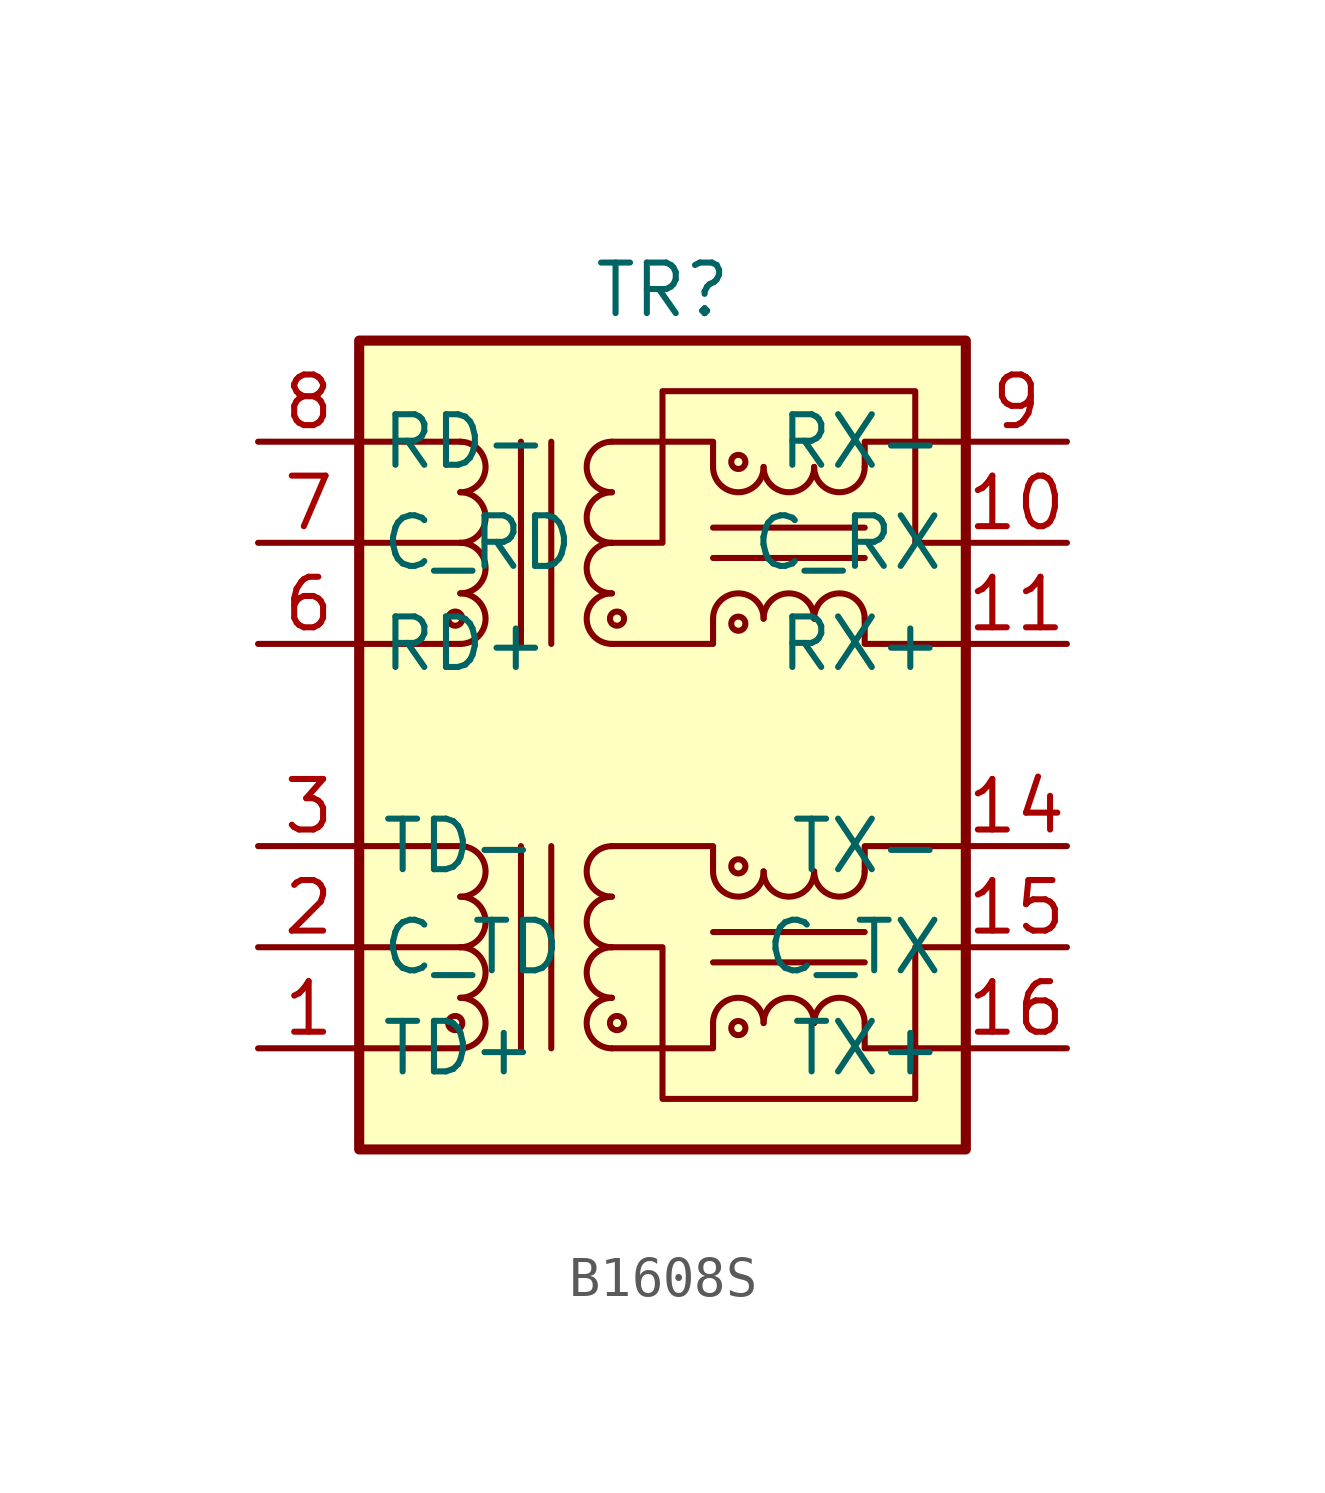
<source format=kicad_sym>
(kicad_symbol_lib
  (version 20231120)
  (generator "kicad_symbol_editor")
  (generator_version "8.0")
  (symbol "B1608S"
    (property "Reference" "TR"
      (at 0 11.43 0)
      (effects (font (size 1.27 1.27))))
    (property "Value" ""
      (at 0 11.43 0)
      (effects (font (size 1.27 1.27))))
    (symbol "B1608S_0_1"
      (rectangle (start -7.62 10.16) (end 7.62 -10.16) (stroke (width 0.254) (type default)) (fill (type background)))
      (circle (center -5.207 3.175) (radius 0.178) (stroke (width 0) (type default)) (fill (type none)))
      (arc (start -5.08 6.35) (mid -4.4477 6.985) (end -5.08 7.62) (stroke (width 0) (type default)) (fill (type none)))
      (polyline (pts (xy -5.08 2.54) (xy -7.62 2.54)) (stroke (width 0) (type default)) (fill (type none)))
      (polyline (pts (xy -5.08 5.08) (xy -7.62 5.08)) (stroke (width 0) (type default)) (fill (type none)))
      (polyline (pts (xy -5.08 7.62) (xy -7.62 7.62)) (stroke (width 0) (type default)) (fill (type none)))
      (polyline (pts (xy -3.556 -2.54) (xy -3.556 -7.62)) (stroke (width 0) (type default)) (fill (type none)))
      (polyline (pts (xy -3.556 2.54) (xy -3.556 7.62)) (stroke (width 0) (type default)) (fill (type none)))
      (polyline (pts (xy -2.794 -7.62) (xy -2.794 -2.54)) (stroke (width 0) (type default)) (fill (type none)))
      (polyline (pts (xy -2.794 7.62) (xy -2.794 2.54)) (stroke (width 0) (type default)) (fill (type none)))
      (polyline (pts (xy 1.27 4.699) (xy 5.08 4.699)) (stroke (width 0) (type default)) (fill (type none)))
      (polyline (pts (xy 1.27 5.461) (xy 5.08 5.461)) (stroke (width 0) (type default)) (fill (type none)))
      (polyline (pts (xy -1.27 2.54) (xy 1.27 2.54) (xy 1.27 3.175)) (stroke (width 0) (type default)) (fill (type none)))
      (polyline (pts (xy 1.27 6.985) (xy 1.27 7.62) (xy -1.27 7.62)) (stroke (width 0) (type default)) (fill (type none)))
      (polyline (pts (xy 5.08 3.175) (xy 5.08 2.54) (xy 7.62 2.54)) (stroke (width 0) (type default)) (fill (type none)))
      (polyline (pts (xy 5.08 6.985) (xy 5.08 7.62) (xy 7.62 7.62)) (stroke (width 0) (type default)) (fill (type none)))
      (polyline (pts (xy -1.27 5.08) (xy 0 5.08) (xy 0 8.89) (xy 6.35 8.89) (xy 6.35 5.08) (xy 7.62 5.08)) (stroke (width 0) (type default)) (fill (type none))))
    (symbol "B1608S_1_1"
      (circle (center -5.207 -6.985) (radius 0.178) (stroke (width 0) (type default)) (fill (type none)))
      (arc (start -5.08 -7.62) (mid -4.4477 -6.985) (end -5.08 -6.35) (stroke (width 0) (type default)) (fill (type none)))
      (arc (start -5.08 -6.35) (mid -4.4477 -5.715) (end -5.08 -5.08) (stroke (width 0) (type default)) (fill (type none)))
      (arc (start -5.08 -5.08) (mid -4.4477 -4.445) (end -5.08 -3.81) (stroke (width 0) (type default)) (fill (type none)))
      (arc (start -5.08 -3.81) (mid -4.4477 -3.175) (end -5.08 -2.54) (stroke (width 0) (type default)) (fill (type none)))
      (arc (start -5.08 2.54) (mid -4.4477 3.175) (end -5.08 3.81) (stroke (width 0) (type default)) (fill (type none)))
      (arc (start -5.08 3.81) (mid -4.4477 4.445) (end -5.08 5.08) (stroke (width 0) (type default)) (fill (type none)))
      (arc (start -5.08 5.08) (mid -4.4477 5.715) (end -5.08 6.35) (stroke (width 0) (type default)) (fill (type none)))
      (arc (start -1.27 -6.35) (mid -1.9023 -6.985) (end -1.27 -7.62) (stroke (width 0) (type default)) (fill (type none)))
      (arc (start -1.27 -5.08) (mid -1.9023 -5.715) (end -1.27 -6.35) (stroke (width 0) (type default)) (fill (type none)))
      (arc (start -1.27 -3.81) (mid -1.9023 -4.445) (end -1.27 -5.08) (stroke (width 0) (type default)) (fill (type none)))
      (arc (start -1.27 -2.54) (mid -1.9023 -3.175) (end -1.27 -3.81) (stroke (width 0) (type default)) (fill (type none)))
      (arc (start -1.27 3.81) (mid -1.9023 3.175) (end -1.27 2.54) (stroke (width 0) (type default)) (fill (type none)))
      (arc (start -1.27 5.08) (mid -1.9023 4.445) (end -1.27 3.81) (stroke (width 0) (type default)) (fill (type none)))
      (arc (start -1.27 6.35) (mid -1.9023 5.715) (end -1.27 5.08) (stroke (width 0) (type default)) (fill (type none)))
      (arc (start -1.27 7.62) (mid -1.9023 6.985) (end -1.27 6.35) (stroke (width 0) (type default)) (fill (type none)))
      (circle (center -1.143 -6.985) (radius 0.178) (stroke (width 0) (type default)) (fill (type none)))
      (circle (center -1.143 3.175) (radius 0.178) (stroke (width 0) (type default)) (fill (type none)))
      (polyline (pts (xy -5.08 -7.62) (xy -7.62 -7.62)) (stroke (width 0) (type default)) (fill (type none)))
      (polyline (pts (xy -5.08 -5.08) (xy -7.62 -5.08)) (stroke (width 0) (type default)) (fill (type none)))
      (polyline (pts (xy -5.08 -2.54) (xy -7.62 -2.54)) (stroke (width 0) (type default)) (fill (type none)))
      (polyline (pts (xy 1.27 -5.461) (xy 5.08 -5.461)) (stroke (width 0) (type default)) (fill (type none)))
      (polyline (pts (xy 1.27 -4.699) (xy 5.08 -4.699)) (stroke (width 0) (type default)) (fill (type none)))
      (polyline (pts (xy -1.27 -7.62) (xy 1.27 -7.62) (xy 1.27 -6.985)) (stroke (width 0) (type default)) (fill (type none)))
      (polyline (pts (xy 1.27 -3.175) (xy 1.27 -2.54) (xy -1.27 -2.54)) (stroke (width 0) (type default)) (fill (type none)))
      (polyline (pts (xy 5.08 -6.985) (xy 5.08 -7.62) (xy 7.62 -7.62)) (stroke (width 0) (type default)) (fill (type none)))
      (polyline (pts (xy 5.08 -3.175) (xy 5.08 -2.54) (xy 7.62 -2.54)) (stroke (width 0) (type default)) (fill (type none)))
      (polyline (pts (xy 7.62 -5.08) (xy 6.35 -5.08) (xy 6.35 -8.89) (xy 0 -8.89) (xy 0 -5.08) (xy -1.27 -5.08)) (stroke (width 0) (type default)) (fill (type none)))
      (arc (start 1.27 -3.175) (mid 1.905 -3.8073) (end 2.54 -3.175) (stroke (width 0) (type default)) (fill (type none)))
      (arc (start 1.27 6.985) (mid 1.905 6.3527) (end 2.54 6.985) (stroke (width 0) (type default)) (fill (type none)))
      (circle (center 1.905 -7.112) (radius 0.178) (stroke (width 0) (type default)) (fill (type none)))
      (circle (center 1.905 -3.048) (radius 0.178) (stroke (width 0) (type default)) (fill (type none)))
      (circle (center 1.905 3.048) (radius 0.178) (stroke (width 0) (type default)) (fill (type none)))
      (circle (center 1.905 7.112) (radius 0.178) (stroke (width 0) (type default)) (fill (type none)))
      (arc (start 2.54 -6.985) (mid 1.905 -6.3527) (end 1.27 -6.985) (stroke (width 0) (type default)) (fill (type none)))
      (arc (start 2.54 -3.175) (mid 3.175 -3.8073) (end 3.81 -3.175) (stroke (width 0) (type default)) (fill (type none)))
      (arc (start 2.54 3.175) (mid 1.905 3.8073) (end 1.27 3.175) (stroke (width 0) (type default)) (fill (type none)))
      (arc (start 2.54 6.985) (mid 3.175 6.3527) (end 3.81 6.985) (stroke (width 0) (type default)) (fill (type none)))
      (arc (start 3.81 -6.985) (mid 3.175 -6.3527) (end 2.54 -6.985) (stroke (width 0) (type default)) (fill (type none)))
      (arc (start 3.81 -3.175) (mid 4.445 -3.8073) (end 5.08 -3.175) (stroke (width 0) (type default)) (fill (type none)))
      (arc (start 3.81 3.175) (mid 3.175 3.8073) (end 2.54 3.175) (stroke (width 0) (type default)) (fill (type none)))
      (arc (start 3.81 6.985) (mid 4.445 6.3527) (end 5.08 6.985) (stroke (width 0) (type default)) (fill (type none)))
      (arc (start 5.08 -6.985) (mid 4.445 -6.3527) (end 3.81 -6.985) (stroke (width 0) (type default)) (fill (type none)))
      (arc (start 5.08 3.175) (mid 4.445 3.8073) (end 3.81 3.175) (stroke (width 0) (type default)) (fill (type none)))
      (pin passive line (at -10.16 -7.62 0) (length 2.54) (name "TD+" (effects (font (size 1.27 1.27)))) (number "1" (effects (font (size 1.27 1.27)))))
      (pin passive line (at 10.16 5.08 180) (length 2.54) (name "C_RX" (effects (font (size 1.27 1.27)))) (number "10" (effects (font (size 1.27 1.27)))))
      (pin passive line (at 10.16 2.54 180) (length 2.54) (name "RX+" (effects (font (size 1.27 1.27)))) (number "11" (effects (font (size 1.27 1.27)))))
      (pin passive line (at 10.16 -2.54 180) (length 2.54) (name "TX-" (effects (font (size 1.27 1.27)))) (number "14" (effects (font (size 1.27 1.27)))))
      (pin passive line (at 10.16 -5.08 180) (length 2.54) (name "C_TX" (effects (font (size 1.27 1.27)))) (number "15" (effects (font (size 1.27 1.27)))))
      (pin passive line (at 10.16 -7.62 180) (length 2.54) (name "TX+" (effects (font (size 1.27 1.27)))) (number "16" (effects (font (size 1.27 1.27)))))
      (pin passive line (at -10.16 -5.08 0) (length 2.54) (name "C_TD" (effects (font (size 1.27 1.27)))) (number "2" (effects (font (size 1.27 1.27)))))
      (pin passive line (at -10.16 -2.54 0) (length 2.54) (name "TD-" (effects (font (size 1.27 1.27)))) (number "3" (effects (font (size 1.27 1.27)))))
      (pin passive line (at -10.16 2.54 0) (length 2.54) (name "RD+" (effects (font (size 1.27 1.27)))) (number "6" (effects (font (size 1.27 1.27)))))
      (pin passive line (at -10.16 5.08 0) (length 2.54) (name "C_RD" (effects (font (size 1.27 1.27)))) (number "7" (effects (font (size 1.27 1.27)))))
      (pin passive line (at -10.16 7.62 0) (length 2.54) (name "RD-" (effects (font (size 1.27 1.27)))) (number "8" (effects (font (size 1.27 1.27)))))
      (pin passive line (at 10.16 7.62 180) (length 2.54) (name "RX-" (effects (font (size 1.27 1.27)))) (number "9" (effects (font (size 1.27 1.27))))))))
</source>
